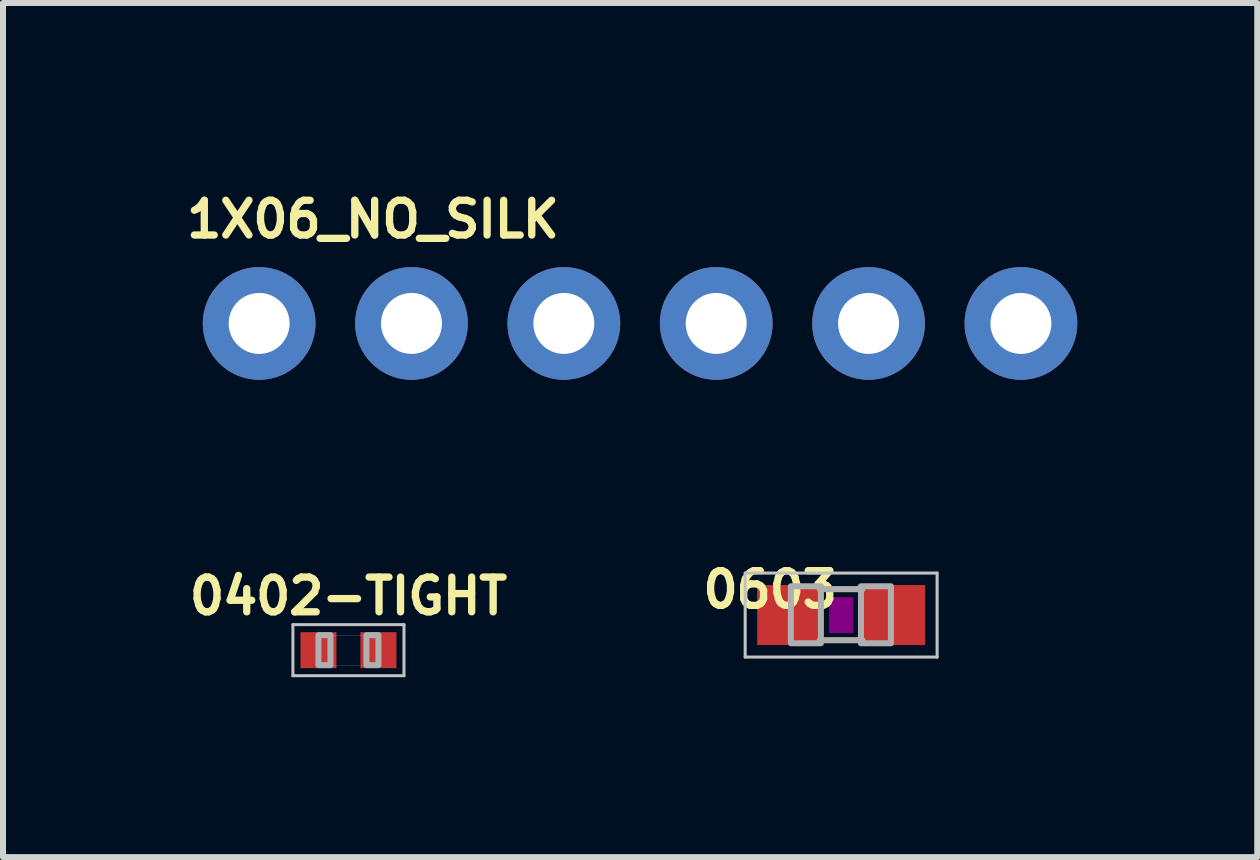
<source format=kicad_pcb>
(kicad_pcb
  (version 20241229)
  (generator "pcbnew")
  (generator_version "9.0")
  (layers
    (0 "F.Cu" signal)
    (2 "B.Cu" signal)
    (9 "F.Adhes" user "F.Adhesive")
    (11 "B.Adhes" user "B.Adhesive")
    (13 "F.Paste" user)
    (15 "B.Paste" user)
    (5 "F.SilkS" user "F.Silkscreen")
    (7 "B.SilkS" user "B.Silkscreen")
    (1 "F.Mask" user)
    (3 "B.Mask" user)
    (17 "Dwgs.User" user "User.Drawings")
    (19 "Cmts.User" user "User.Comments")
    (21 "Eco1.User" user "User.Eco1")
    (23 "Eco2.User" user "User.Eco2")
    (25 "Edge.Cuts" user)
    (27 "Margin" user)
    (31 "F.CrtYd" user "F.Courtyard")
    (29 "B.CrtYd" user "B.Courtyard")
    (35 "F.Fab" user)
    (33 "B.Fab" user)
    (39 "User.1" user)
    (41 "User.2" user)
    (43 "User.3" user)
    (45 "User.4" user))
  (footprint "1X06_NO_SILK"
    (layer "F.Cu")
    (at 1.27 2.342)
    (property "Reference" "1X06_NO_SILK" (at -1.27 -1.397 0) (layer "F.SilkS") (effects (font (size 0.579 0.579) (thickness 0.122)) (justify left bottom)))
    (attr through_hole)
    (fp_poly (pts (xy -0.254 0.254) (xy 0.254 0.254) (xy 0.254 -0.254) (xy -0.254 -0.254)) (stroke (width 0.1) (type solid)) (fill no) (layer "F.Fab"))
    (fp_poly (pts (xy 2.286 0.254) (xy 2.794 0.254) (xy 2.794 -0.254) (xy 2.286 -0.254)) (stroke (width 0.1) (type solid)) (fill no) (layer "F.Fab"))
    (fp_poly (pts (xy 4.826 0.254) (xy 5.334 0.254) (xy 5.334 -0.254) (xy 4.826 -0.254)) (stroke (width 0.1) (type solid)) (fill no) (layer "F.Fab"))
    (fp_poly (pts (xy 7.366 0.254) (xy 7.874 0.254) (xy 7.874 -0.254) (xy 7.366 -0.254)) (stroke (width 0.1) (type solid)) (fill no) (layer "F.Fab"))
    (fp_poly (pts (xy 9.906 0.254) (xy 10.414 0.254) (xy 10.414 -0.254) (xy 9.906 -0.254)) (stroke (width 0.1) (type solid)) (fill no) (layer "F.Fab"))
    (fp_poly (pts (xy 12.446 0.254) (xy 12.954 0.254) (xy 12.954 -0.254) (xy 12.446 -0.254)) (stroke (width 0.1) (type solid)) (fill no) (layer "F.Fab"))
    (pad "1" thru_hole circle (at 0 0 90) (size 1.88 1.88) (drill 1.016) (layers "*.Cu" "*.Mask"))
    (pad "2" thru_hole circle (at 2.54 0 90) (size 1.88 1.88) (drill 1.016) (layers "*.Cu" "*.Mask"))
    (pad "3" thru_hole circle (at 5.08 0 90) (size 1.88 1.88) (drill 1.016) (layers "*.Cu" "*.Mask"))
    (pad "4" thru_hole circle (at 7.62 0 90) (size 1.88 1.88) (drill 1.016) (layers "*.Cu" "*.Mask"))
    (pad "5" thru_hole circle (at 10.16 0 90) (size 1.88 1.88) (drill 1.016) (layers "*.Cu" "*.Mask"))
    (pad "6" thru_hole circle (at 12.7 0 90) (size 1.88 1.88) (drill 1.016) (layers "*.Cu" "*.Mask")))
  (footprint "0603"
    (layer "F.Cu")
    (at 10.973 7.204)
    (property "Reference" "0603" (at 0 -0.762 0) (layer "F.SilkS") (effects (font (size 0.579 0.579) (thickness 0.122)) (justify right top)))
    (attr through_hole)
    (fp_poly (pts (xy -0.2 0.3) (xy 0.2 0.3) (xy 0.2 -0.3) (xy -0.2 -0.3)) (stroke (width 0) (type solid)) (fill yes) (layer "F.Adhes"))
    (fp_line (start -1.6 -0.7) (end 1.6 -0.7) (stroke (width 0.051) (type solid)) (layer "Dwgs.User"))
    (fp_line (start -1.6 0.7) (end -1.6 -0.7) (stroke (width 0.051) (type solid)) (layer "Dwgs.User"))
    (fp_line (start 1.6 -0.7) (end 1.6 0.7) (stroke (width 0.051) (type solid)) (layer "Dwgs.User"))
    (fp_line (start 1.6 0.7) (end -1.6 0.7) (stroke (width 0.051) (type solid)) (layer "Dwgs.User"))
    (fp_line (start -0.356 -0.432) (end 0.356 -0.432) (stroke (width 0.102) (type solid)) (layer "F.Fab"))
    (fp_line (start -0.356 0.419) (end 0.356 0.419) (stroke (width 0.102) (type solid)) (layer "F.Fab"))
    (fp_poly (pts (xy -0.838 0.47) (xy -0.338 0.47) (xy -0.338 -0.48) (xy -0.838 -0.48)) (stroke (width 0.1) (type solid)) (fill no) (layer "F.Fab"))
    (fp_poly (pts (xy 0.33 0.47) (xy 0.83 0.47) (xy 0.83 -0.48) (xy 0.33 -0.48)) (stroke (width 0.1) (type solid)) (fill no) (layer "F.Fab"))
    (pad "1" smd rect (at -0.85 0) (size 1.1 1) (layers "F.Cu" "F.Mask" "F.Paste"))
    (pad "2" smd rect (at 0.85 0) (size 1.1 1) (layers "F.Cu" "F.Mask" "F.Paste")))
  (footprint "0402-TIGHT"
    (layer "F.Cu")
    (at 2.759 7.789)
    (property "Reference" "0402-TIGHT" (at 0 -0.562 0) (layer "F.SilkS") (effects (font (size 0.579 0.579) (thickness 0.122)) (justify bottom)))
    (attr through_hole)
    (fp_line (start -0.926 -0.426) (end -0.926 0.426) (stroke (width 0.05) (type solid)) (layer "Dwgs.User"))
    (fp_line (start -0.926 0.426) (end 0.926 0.426) (stroke (width 0.05) (type solid)) (layer "Dwgs.User"))
    (fp_line (start 0.926 -0.426) (end -0.926 -0.426) (stroke (width 0.05) (type solid)) (layer "Dwgs.User"))
    (fp_line (start 0.926 0.426) (end 0.926 -0.426) (stroke (width 0.05) (type solid)) (layer "Dwgs.User"))
    (fp_line (start -0.5 -0.25) (end 0.5 -0.25) (stroke (width 0.003) (type solid)) (layer "F.Fab"))
    (fp_line (start -0.5 0.25) (end -0.5 -0.25) (stroke (width 0.003) (type solid)) (layer "F.Fab"))
    (fp_line (start 0.5 -0.25) (end 0.5 0.25) (stroke (width 0.003) (type solid)) (layer "F.Fab"))
    (fp_line (start 0.5 0.25) (end -0.5 0.25) (stroke (width 0.003) (type solid)) (layer "F.Fab"))
    (fp_poly (pts (xy -0.5 0.25) (xy -0.3 0.25) (xy -0.3 -0.25) (xy -0.5 -0.25)) (stroke (width 0.1) (type solid)) (fill no) (layer "F.Fab"))
    (fp_poly (pts (xy 0.5 -0.25) (xy 0.3 -0.25) (xy 0.3 0.25) (xy 0.5 0.25)) (stroke (width 0.1) (type solid)) (fill no) (layer "F.Fab"))
    (pad "1" smd rect (at -0.5 0) (size 0.6 0.6) (layers "F.Cu" "F.Mask" "F.Paste"))
    (pad "2" smd rect (at 0.5 0) (size 0.6 0.6) (layers "F.Cu" "F.Mask" "F.Paste")))
  (gr_rect
    (start -3 -3)
    (end 17.91 11.24)
    (stroke (width 0.1) (type default))
    (fill no)
    (layer "Edge.Cuts")))
</source>
